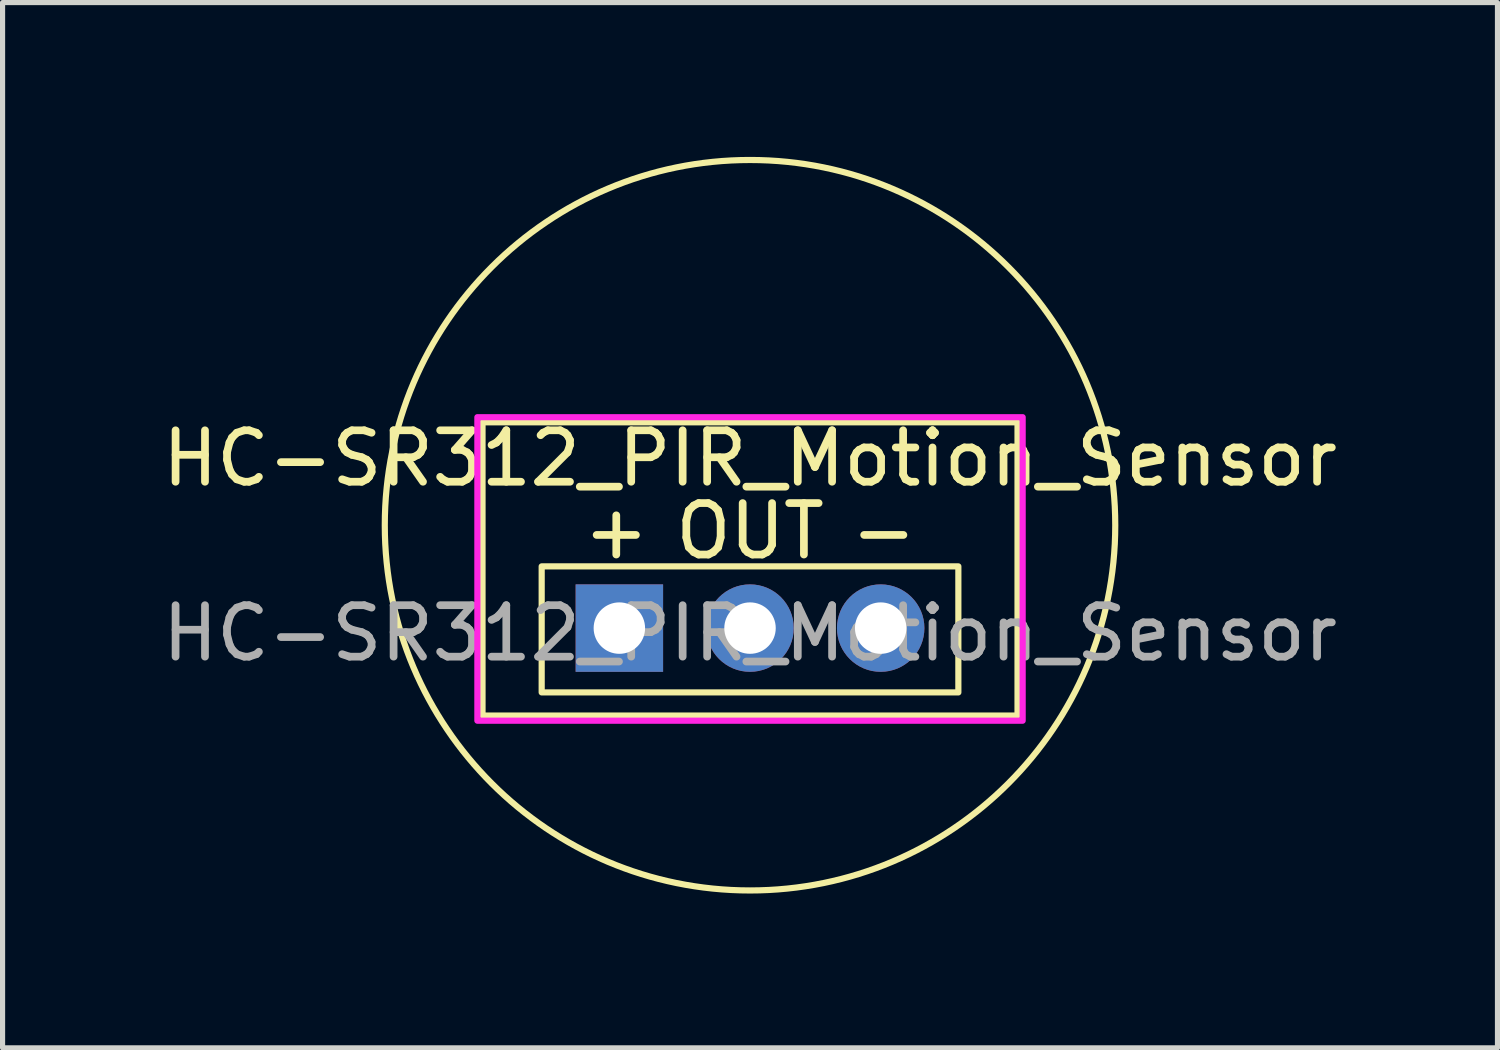
<source format=kicad_pcb>
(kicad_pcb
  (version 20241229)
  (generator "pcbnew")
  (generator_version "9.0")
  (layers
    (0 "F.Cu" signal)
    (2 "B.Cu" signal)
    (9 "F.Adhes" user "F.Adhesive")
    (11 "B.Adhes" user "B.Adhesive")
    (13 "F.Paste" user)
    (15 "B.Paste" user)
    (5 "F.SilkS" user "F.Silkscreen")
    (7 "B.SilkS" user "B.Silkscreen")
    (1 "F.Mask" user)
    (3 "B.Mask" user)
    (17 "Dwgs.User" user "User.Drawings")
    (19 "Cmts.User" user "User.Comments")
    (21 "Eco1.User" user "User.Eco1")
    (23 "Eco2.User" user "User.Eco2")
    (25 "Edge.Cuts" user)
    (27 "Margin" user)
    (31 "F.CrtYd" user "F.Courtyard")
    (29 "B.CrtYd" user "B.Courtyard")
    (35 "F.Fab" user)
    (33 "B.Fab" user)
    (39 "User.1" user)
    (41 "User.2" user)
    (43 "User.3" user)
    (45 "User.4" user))
  (footprint "HC-SR312_PIR_Motion_Sensor"
    (layer "F.Cu")
    (at 11.53 7.16)
    (property "Reference" "HC-SR312_PIR_Motion_Sensor" (at 0 -1.3 0) (layer "F.SilkS") (effects (font (size 1 1) (thickness 0.15))))
    (attr through_hole)
    (fp_rect (start -5.2 -2) (end 5.2 3.7) (stroke (width 0.12) (type default)) (fill no) (layer "F.SilkS"))
    (fp_rect (start -4.05 0.8) (end 4.05 3.25) (stroke (width 0.12) (type default)) (fill no) (layer "F.SilkS"))
    (fp_circle (center 0 0) (end 7.1 0) (stroke (width 0.12) (type default)) (fill no) (layer "F.SilkS"))
    (fp_rect (start -5.3 -2.1) (end 5.3 3.8) (stroke (width 0.12) (type default)) (fill no) (layer "F.CrtYd"))
    (fp_text user "OUT" (at 0 0.7 0) (unlocked yes) (layer "F.SilkS") (effects (font (size 1 1) (thickness 0.15)) (justify bottom)))
    (fp_text user "+" (at -2.6 0.7 0) (unlocked yes) (layer "F.SilkS") (effects (font (size 1 1) (thickness 0.15)) (justify bottom)))
    (fp_text user "-" (at 2.6 0.7 0) (unlocked yes) (layer "F.SilkS") (effects (font (size 1 1) (thickness 0.15)) (justify bottom)))
    (fp_text user "${REFERENCE}" (at 0 2.1 0) (layer "F.Fab") (effects (font (size 1 1) (thickness 0.15))))
    (pad "1" thru_hole rect (at -2.54 2 90) (size 1.7 1.7) (drill 1) (layers "*.Cu" "*.Mask"))
    (pad "2" thru_hole oval (at 0 2 90) (size 1.7 1.7) (drill 1) (layers "*.Cu" "*.Mask"))
    (pad "3" thru_hole oval (at 2.54 2 90) (size 1.7 1.7) (drill 1) (layers "*.Cu" "*.Mask")))
  (gr_rect
    (start -3 -3)
    (end 26.06 17.32)
    (stroke (width 0.1) (type default))
    (fill no)
    (layer "Edge.Cuts")))
</source>
